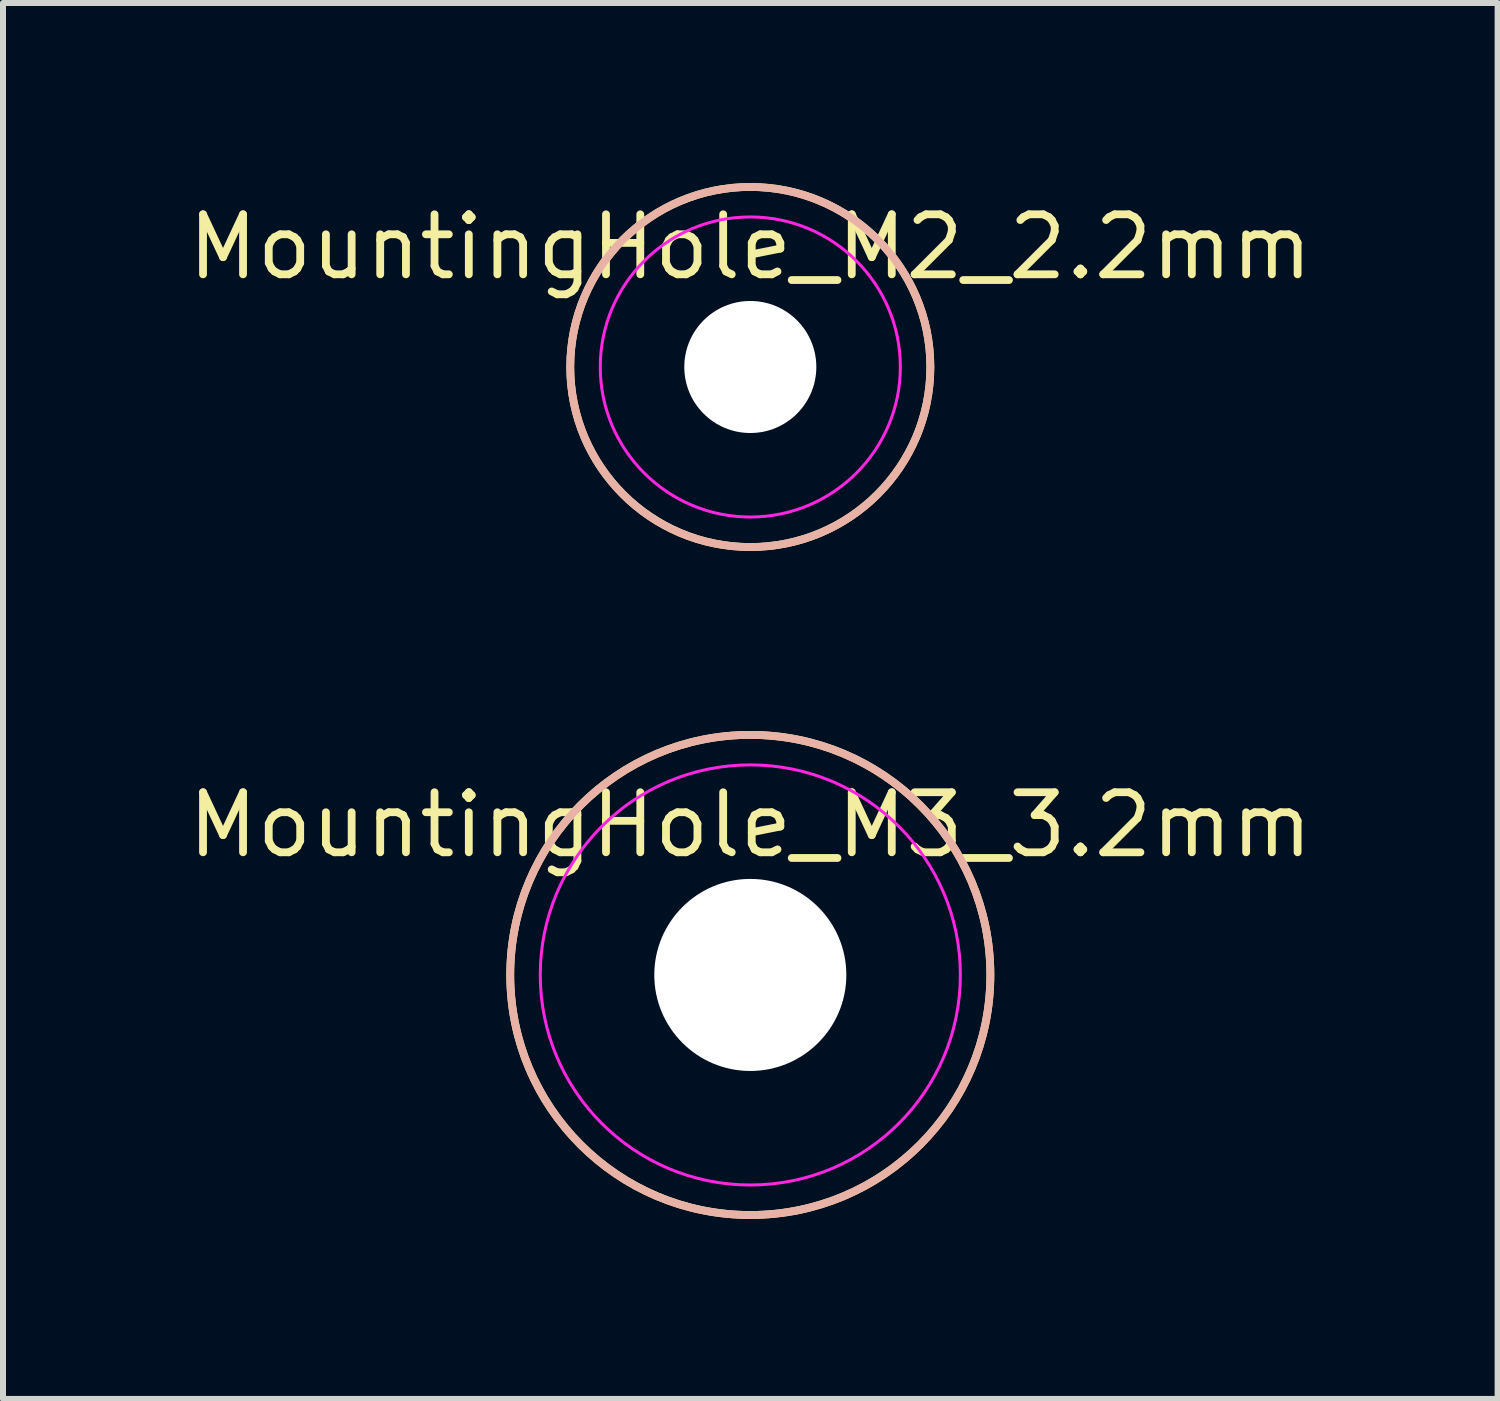
<source format=kicad_pcb>
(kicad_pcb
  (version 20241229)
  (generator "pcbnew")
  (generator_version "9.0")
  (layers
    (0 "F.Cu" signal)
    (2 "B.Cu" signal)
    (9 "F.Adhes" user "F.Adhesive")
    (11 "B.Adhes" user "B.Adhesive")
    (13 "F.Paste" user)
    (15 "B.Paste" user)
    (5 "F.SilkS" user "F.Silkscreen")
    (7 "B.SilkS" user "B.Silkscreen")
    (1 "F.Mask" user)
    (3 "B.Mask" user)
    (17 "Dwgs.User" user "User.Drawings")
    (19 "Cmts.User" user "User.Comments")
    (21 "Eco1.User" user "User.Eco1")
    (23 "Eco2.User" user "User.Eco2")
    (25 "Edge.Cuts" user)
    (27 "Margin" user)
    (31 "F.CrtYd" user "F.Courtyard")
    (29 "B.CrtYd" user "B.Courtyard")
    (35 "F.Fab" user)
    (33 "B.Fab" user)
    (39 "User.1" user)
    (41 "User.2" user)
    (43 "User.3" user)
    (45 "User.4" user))
  (footprint "MountingHole_M3_3.2mm"
    (layer "F.Cu")
    (at 9.452 13.195)
    (property "Reference" "MountingHole_M3_3.2mm" (at 0 -2.5 0) (layer "F.SilkS") (effects (font (size 1 1) (thickness 0.13))))
    (attr exclude_from_pos_files exclude_from_bom)
    (fp_circle (center 0 0) (end 4 0) (stroke (width 0.13) (type solid)) (fill no) (layer "F.SilkS"))
    (fp_circle (center 0 0) (end 4 0) (stroke (width 0.13) (type solid)) (fill no) (layer "B.SilkS"))
    (fp_circle (center 0 0) (end 3.5 0) (stroke (width 0.05) (type solid)) (fill no) (layer "F.CrtYd"))
    (pad "" np_thru_hole circle (at 0 0) (size 3.2 3.2) (drill 3.2) (layers "*.Cu" "*.Mask")))
  (footprint "MountingHole_M2_2.2mm"
    (layer "F.Cu")
    (at 9.452 3.065)
    (property "Reference" "MountingHole_M2_2.2mm" (at 0 -2 0) (layer "F.SilkS") (effects (font (size 1 1) (thickness 0.13))))
    (attr exclude_from_pos_files exclude_from_bom)
    (fp_circle (center 0 0) (end 3 0) (stroke (width 0.13) (type solid)) (fill no) (layer "F.SilkS"))
    (fp_circle (center 0 0) (end 3 0) (stroke (width 0.13) (type solid)) (fill no) (layer "B.SilkS"))
    (fp_circle (center 0 0) (end 2.5 0) (stroke (width 0.05) (type solid)) (fill no) (layer "F.CrtYd"))
    (pad "" np_thru_hole circle (at 0 0) (size 2.2 2.2) (drill 2.2) (layers "*.Cu")))
  (gr_rect
    (start -3 -3)
    (end 21.904 20.26)
    (stroke (width 0.1) (type default))
    (fill no)
    (layer "Edge.Cuts")))
</source>
